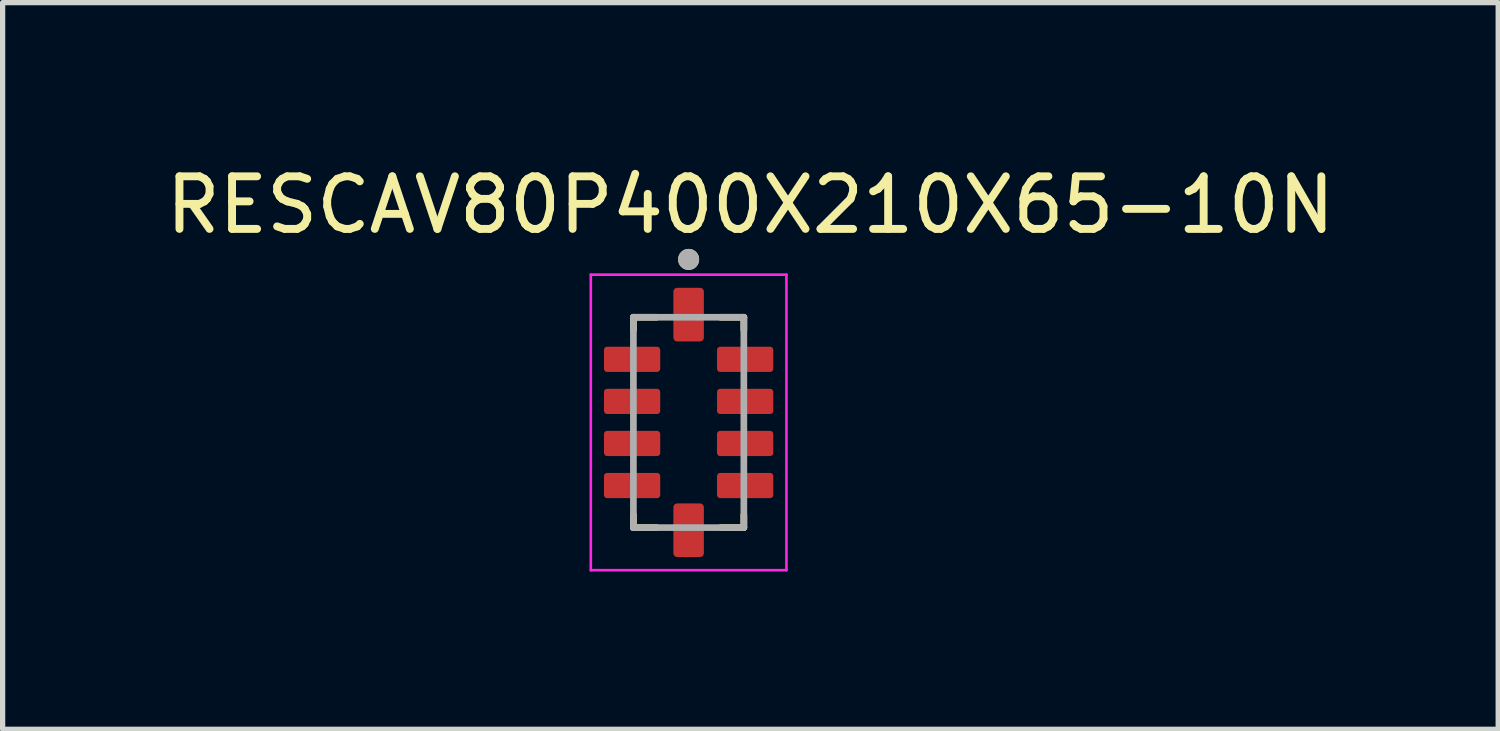
<source format=kicad_pcb>
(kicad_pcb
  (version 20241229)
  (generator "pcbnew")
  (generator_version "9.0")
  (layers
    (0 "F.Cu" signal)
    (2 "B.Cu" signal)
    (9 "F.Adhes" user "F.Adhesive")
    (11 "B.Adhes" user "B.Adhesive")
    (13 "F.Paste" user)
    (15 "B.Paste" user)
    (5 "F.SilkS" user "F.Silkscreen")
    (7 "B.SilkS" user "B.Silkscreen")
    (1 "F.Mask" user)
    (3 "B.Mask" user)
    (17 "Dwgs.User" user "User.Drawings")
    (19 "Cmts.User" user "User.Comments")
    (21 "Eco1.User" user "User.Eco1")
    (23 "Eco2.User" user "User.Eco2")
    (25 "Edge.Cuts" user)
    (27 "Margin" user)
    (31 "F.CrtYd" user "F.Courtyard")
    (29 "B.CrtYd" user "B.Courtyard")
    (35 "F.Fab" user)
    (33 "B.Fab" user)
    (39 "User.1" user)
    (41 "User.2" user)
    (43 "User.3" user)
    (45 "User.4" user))
  (footprint "RESCAV80P400X210X65-10N"
    (layer "F.Cu")
    (at 10.045 4.983)
    (property "Reference" "RESCAV80P400X210X65-10N" (at 1.175 -4.135 0) (layer "F.SilkS") (effects (font (size 1 1) (thickness 0.15))))
    (attr smd)
    (fp_line (start -1.05 -2) (end -1.05 -1.76) (stroke (width 0.127) (type solid)) (layer "F.SilkS"))
    (fp_line (start -1.05 -2) (end -0.61 -2) (stroke (width 0.127) (type solid)) (layer "F.SilkS"))
    (fp_line (start -1.05 2) (end -1.05 1.76) (stroke (width 0.127) (type solid)) (layer "F.SilkS"))
    (fp_line (start -1.05 2) (end -0.61 2) (stroke (width 0.127) (type solid)) (layer "F.SilkS"))
    (fp_line (start 1.05 -2) (end 0.61 -2) (stroke (width 0.127) (type solid)) (layer "F.SilkS"))
    (fp_line (start 1.05 -2) (end 1.05 -1.76) (stroke (width 0.127) (type solid)) (layer "F.SilkS"))
    (fp_line (start 1.05 2) (end 0.61 2) (stroke (width 0.127) (type solid)) (layer "F.SilkS"))
    (fp_line (start 1.05 2) (end 1.05 1.76) (stroke (width 0.127) (type solid)) (layer "F.SilkS"))
    (fp_circle (center 0 -3.1) (end 0.1 -3.1) (stroke (width 0.2) (type solid)) (fill no) (layer "F.SilkS"))
    (fp_line (start -1.86 -2.81) (end 1.86 -2.81) (stroke (width 0.05) (type solid)) (layer "F.CrtYd"))
    (fp_line (start -1.86 2.81) (end -1.86 -2.81) (stroke (width 0.05) (type solid)) (layer "F.CrtYd"))
    (fp_line (start 1.86 -2.81) (end 1.86 2.81) (stroke (width 0.05) (type solid)) (layer "F.CrtYd"))
    (fp_line (start 1.86 2.81) (end -1.86 2.81) (stroke (width 0.05) (type solid)) (layer "F.CrtYd"))
    (fp_line (start -1.05 -2) (end 1.05 -2) (stroke (width 0.127) (type solid)) (layer "F.Fab"))
    (fp_line (start -1.05 2) (end -1.05 -2) (stroke (width 0.127) (type solid)) (layer "F.Fab"))
    (fp_line (start 1.05 -2) (end 1.05 2) (stroke (width 0.127) (type solid)) (layer "F.Fab"))
    (fp_line (start 1.05 2) (end -1.05 2) (stroke (width 0.127) (type solid)) (layer "F.Fab"))
    (fp_circle (center 0 -3.1) (end 0.1 -3.1) (stroke (width 0.2) (type solid)) (fill no) (layer "F.Fab"))
    (pad "1" smd roundrect (at 0 -2.05) (size 0.58 1.02) (layers "F.Cu" "F.Mask" "F.Paste") (roundrect_rratio 0.125))
    (pad "2" smd roundrect (at -1.075 -1.2) (size 1.07 0.48) (layers "F.Cu" "F.Mask" "F.Paste") (roundrect_rratio 0.125))
    (pad "3" smd roundrect (at -1.075 -0.4) (size 1.07 0.48) (layers "F.Cu" "F.Mask" "F.Paste") (roundrect_rratio 0.125))
    (pad "4" smd roundrect (at -1.075 0.4) (size 1.07 0.48) (layers "F.Cu" "F.Mask" "F.Paste") (roundrect_rratio 0.125))
    (pad "5" smd roundrect (at -1.075 1.2) (size 1.07 0.48) (layers "F.Cu" "F.Mask" "F.Paste") (roundrect_rratio 0.125))
    (pad "6" smd roundrect (at 0 2.05) (size 0.58 1.02) (layers "F.Cu" "F.Mask" "F.Paste") (roundrect_rratio 0.125))
    (pad "7" smd roundrect (at 1.075 1.2) (size 1.07 0.48) (layers "F.Cu" "F.Mask" "F.Paste") (roundrect_rratio 0.125))
    (pad "8" smd roundrect (at 1.075 0.4) (size 1.07 0.48) (layers "F.Cu" "F.Mask" "F.Paste") (roundrect_rratio 0.125))
    (pad "9" smd roundrect (at 1.075 -0.4) (size 1.07 0.48) (layers "F.Cu" "F.Mask" "F.Paste") (roundrect_rratio 0.125))
    (pad "10" smd roundrect (at 1.075 -1.2) (size 1.07 0.48) (layers "F.Cu" "F.Mask" "F.Paste") (roundrect_rratio 0.125)))
  (gr_rect
    (start -3 -3)
    (end 25.44 10.818)
    (stroke (width 0.1) (type default))
    (fill no)
    (layer "Edge.Cuts")))
</source>
